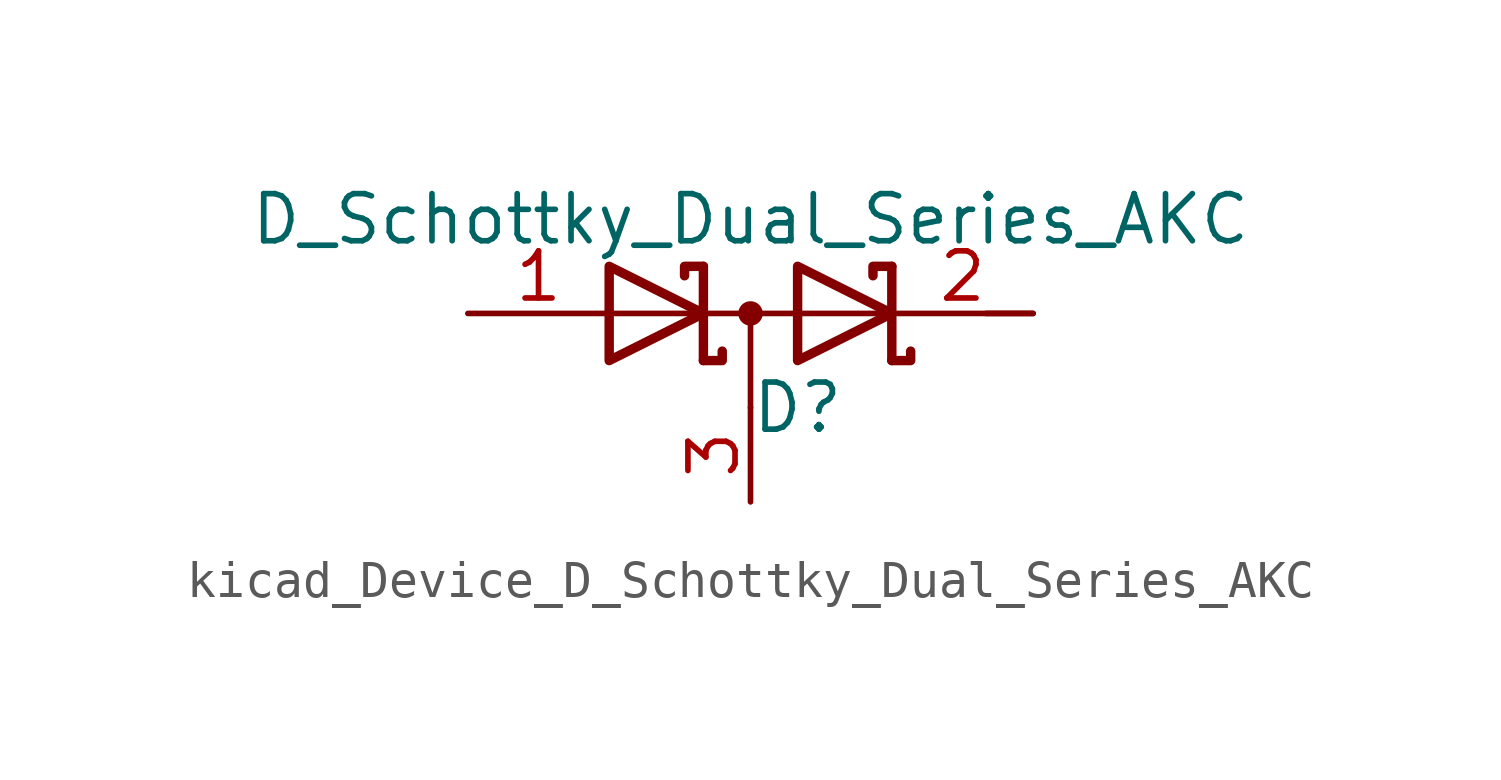
<source format=kicad_sym>
(kicad_symbol_lib
  (version 20220914)
  (generator kicad_symbol_editor)
  (symbol "kicad_Device_D_Schottky_Dual_Series_AKC"
    (pin_names
      (offset 0.762) hide)
    (property "Reference" "D"
      (at 1.27 -2.54 0)
      (effects (font (size 1.27 1.27))))
    (property "Value" "D_Schottky_Dual_Series_AKC"
      (at 0 2.54 0)
      (effects (font (size 1.27 1.27))))
    (symbol "kicad_Device_D_Schottky_Dual_Series_AKC_0_1"
      (polyline (pts (xy -3.81 0) (xy 3.81 0)) (stroke (width 0) (type default)) (fill (type none)))
      (polyline (pts (xy 0 0) (xy 0 -2.54)) (stroke (width 0) (type default)) (fill (type none)))
      (polyline (pts (xy 6.35 0) (xy 7.62 0)) (stroke (width 0) (type default)) (fill (type none)))
      (polyline (pts (xy -1.27 -1.27) (xy -1.27 1.27) (xy -1.27 1.27)) (stroke (width 0.254) (type default)) (fill (type none)))
      (polyline (pts (xy 3.81 1.27) (xy 3.81 -1.27) (xy 3.81 -1.27)) (stroke (width 0.254) (type default)) (fill (type none)))
      (polyline (pts (xy -1.27 -1.27) (xy -0.762 -1.27) (xy -0.762 -1.016) (xy -0.762 -1.016)) (stroke (width 0.254) (type default)) (fill (type none)))
      (polyline (pts (xy 3.81 -1.27) (xy 4.318 -1.27) (xy 4.318 -1.016) (xy 4.318 -1.016)) (stroke (width 0.254) (type default)) (fill (type none)))
      (polyline (pts (xy 3.81 1.27) (xy 3.302 1.27) (xy 3.302 1.016) (xy 3.302 1.016)) (stroke (width 0.254) (type default)) (fill (type none)))
      (polyline (pts (xy -1.778 1.016) (xy -1.778 1.27) (xy -1.27 1.27) (xy -1.27 1.27) (xy -1.27 1.27)) (stroke (width 0.254) (type default)) (fill (type none)))
      (polyline (pts (xy -3.81 1.27) (xy -1.27 0) (xy -3.81 -1.27) (xy -3.81 1.27) (xy -3.81 1.27) (xy -3.81 1.27)) (stroke (width 0.254) (type default)) (fill (type none)))
      (polyline (pts (xy 1.27 1.27) (xy 3.81 0) (xy 1.27 -1.27) (xy 1.27 1.27) (xy 1.27 1.27) (xy 1.27 1.27)) (stroke (width 0.254) (type default)) (fill (type none)))
      (circle (center 0 0) (radius 0.254) (stroke (width 0) (type default)) (fill (type outline)))
      (pin passive line (at -7.62 0 0) (length 3.81) (name "A" (effects (font (size 1.27 1.27)))) (number "1" (effects (font (size 1.27 1.27)))))
      (pin passive line (at 7.62 0 180) (length 3.81) (name "K" (effects (font (size 1.27 1.27)))) (number "2" (effects (font (size 1.27 1.27)))))
      (pin passive line (at 0 -5.08 90) (length 2.54) (name "common" (effects (font (size 1.27 1.27)))) (number "3" (effects (font (size 1.27 1.27))))))))
</source>
